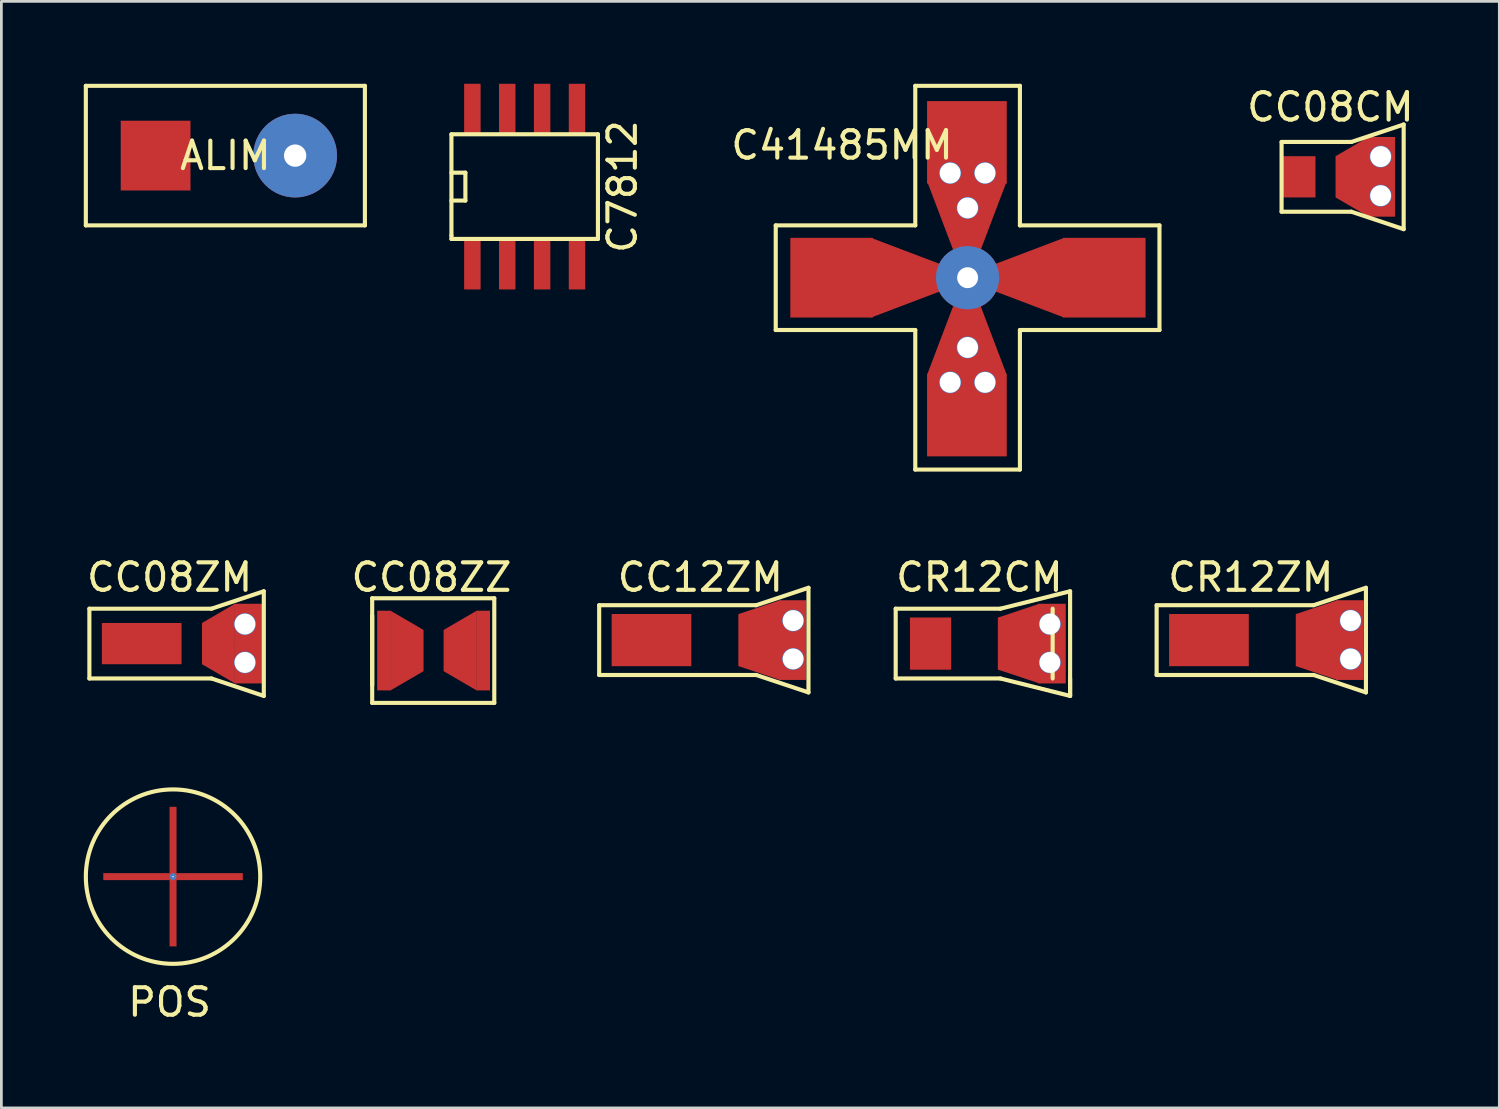
<source format=kicad_pcb>
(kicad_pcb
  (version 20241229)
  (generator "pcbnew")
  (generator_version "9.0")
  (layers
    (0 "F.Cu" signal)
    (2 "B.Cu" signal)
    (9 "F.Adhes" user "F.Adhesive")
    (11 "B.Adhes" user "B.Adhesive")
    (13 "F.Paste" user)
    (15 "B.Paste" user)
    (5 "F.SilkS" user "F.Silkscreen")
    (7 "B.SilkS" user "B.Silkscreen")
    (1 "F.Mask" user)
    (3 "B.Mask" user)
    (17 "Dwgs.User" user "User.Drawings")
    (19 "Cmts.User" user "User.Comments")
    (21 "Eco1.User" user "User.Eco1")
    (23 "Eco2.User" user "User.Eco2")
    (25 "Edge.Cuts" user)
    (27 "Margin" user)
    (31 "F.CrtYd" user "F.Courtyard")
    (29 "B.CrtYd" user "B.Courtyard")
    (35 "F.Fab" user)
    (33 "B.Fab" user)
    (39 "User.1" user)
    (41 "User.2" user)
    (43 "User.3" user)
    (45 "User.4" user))
  (footprint "CC08ZZ"
    (layer "F.Cu")
    (at 13.04 20.635)
    (property "Reference" "CC08ZZ" (at -0.381 -2.667 0) (layer "F.SilkS") (effects (font (size 1 1) (thickness 0.15))))
    (attr through_hole)
    (fp_line (start -2.54 -1.905) (end 1.905 -1.905) (stroke (width 0.15) (type solid)) (layer "F.SilkS"))
    (fp_line (start -2.54 1.27) (end -2.54 -1.27) (stroke (width 0.15) (type solid)) (layer "F.SilkS"))
    (fp_line (start -2.54 1.905) (end -2.54 -1.905) (stroke (width 0.15) (type solid)) (layer "F.SilkS"))
    (fp_line (start -2.54 1.905) (end 1.905 1.905) (stroke (width 0.15) (type solid)) (layer "F.SilkS"))
    (fp_line (start 1.905 -1.905) (end 1.905 1.905) (stroke (width 0.15) (type solid)) (layer "F.SilkS"))
    (pad "1" smd rect (at -2.108 0) (size 0.5 2.901) (layers "F.Cu" "F.Mask" "F.Paste"))
    (pad "1" smd trapezoid (at -1.27 0) (size 1.199 2.2) (rect_delta 0.699 0) (layers "F.Cu" "F.Mask" "F.Paste"))
    (pad "2" smd trapezoid (at 0.66 0) (size 1.199 2.2) (rect_delta -0.699 0) (layers "F.Cu" "F.Mask" "F.Paste"))
    (pad "2" smd rect (at 1.499 0) (size 0.5 2.901) (layers "F.Cu" "F.Mask" "F.Paste")))
  (footprint "CC08CM"
    (layer "F.Cu")
    (at 45.513 3.388)
    (property "Reference" "CC08CM" (at -0.127 -2.54 0) (layer "F.SilkS") (effects (font (size 1 1) (thickness 0.15))))
    (attr through_hole)
    (fp_line (start -1.905 -1.27) (end -1.905 1.27) (stroke (width 0.15) (type solid)) (layer "F.SilkS"))
    (fp_line (start -1.905 1.27) (end 0.635 1.27) (stroke (width 0.15) (type solid)) (layer "F.SilkS"))
    (fp_line (start 0.635 -1.27) (end -1.905 -1.27) (stroke (width 0.15) (type solid)) (layer "F.SilkS"))
    (fp_line (start 0.635 1.27) (end 2.54 1.905) (stroke (width 0.15) (type solid)) (layer "F.SilkS"))
    (fp_line (start 2.54 -1.905) (end 0.635 -1.27) (stroke (width 0.15) (type solid)) (layer "F.SilkS"))
    (fp_line (start 2.54 1.905) (end 2.54 -1.905) (stroke (width 0.15) (type solid)) (layer "F.SilkS"))
    (pad "1" smd rect (at -1.27 0) (size 1.199 1.501) (layers "F.Cu" "F.Mask" "F.Paste"))
    (pad "2" smd trapezoid (at 0.66 0) (size 1.199 2.2) (rect_delta -0.699 0) (layers "F.Cu" "F.Mask" "F.Paste"))
    (pad "2" thru_hole circle (at 1.702 -0.737) (size 0.8 0.8) (drill 0.762) (layers "*.Cu" "*.Mask"))
    (pad "2" thru_hole circle (at 1.702 0.686) (size 0.8 0.8) (drill 0.762) (layers "*.Cu" "*.Mask"))
    (pad "2" smd rect (at 1.727 0) (size 1.001 2.901) (layers "F.Cu" "F.Mask" "F.Paste")))
  (footprint "C7812"
    (layer "F.Cu")
    (at 16.052 3.744)
    (property "Reference" "C7812" (at 3.556 0 270) (layer "F.SilkS") (effects (font (size 1 1) (thickness 0.15))))
    (attr through_hole)
    (fp_line (start -2.667 -1.905) (end -2.667 1.778) (stroke (width 0.15) (type solid)) (layer "F.SilkS"))
    (fp_line (start -2.667 -0.508) (end -2.159 -0.508) (stroke (width 0.15) (type solid)) (layer "F.SilkS"))
    (fp_line (start -2.667 1.778) (end -2.667 1.905) (stroke (width 0.15) (type solid)) (layer "F.SilkS"))
    (fp_line (start -2.667 1.905) (end 2.667 1.905) (stroke (width 0.15) (type solid)) (layer "F.SilkS"))
    (fp_line (start -2.159 -0.508) (end -2.159 0.508) (stroke (width 0.15) (type solid)) (layer "F.SilkS"))
    (fp_line (start -2.159 0.508) (end -2.667 0.508) (stroke (width 0.15) (type solid)) (layer "F.SilkS"))
    (fp_line (start 2.667 -1.905) (end -2.667 -1.905) (stroke (width 0.15) (type solid)) (layer "F.SilkS"))
    (fp_line (start 2.667 -1.905) (end 2.667 1.905) (stroke (width 0.15) (type solid)) (layer "F.SilkS"))
    (pad "1" smd rect (at -1.905 2.794) (size 0.599 1.9) (layers "F.Cu" "F.Mask" "F.Paste"))
    (pad "2" smd rect (at -0.635 2.794) (size 0.599 1.9) (layers "F.Cu" "F.Mask" "F.Paste"))
    (pad "3" smd rect (at 0.635 2.794) (size 0.599 1.9) (layers "F.Cu" "F.Mask" "F.Paste"))
    (pad "4" smd rect (at 1.905 2.794) (size 0.599 1.9) (layers "F.Cu" "F.Mask" "F.Paste"))
    (pad "5" smd rect (at 1.905 -2.794) (size 0.599 1.9) (layers "F.Cu" "F.Mask" "F.Paste"))
    (pad "6" smd rect (at 0.635 -2.794) (size 0.599 1.9) (layers "F.Cu" "F.Mask" "F.Paste"))
    (pad "7" smd rect (at -0.635 -2.794) (size 0.599 1.9) (layers "F.Cu" "F.Mask" "F.Paste"))
    (pad "8" smd rect (at -1.905 -2.794) (size 0.599 1.9) (layers "F.Cu" "F.Mask" "F.Paste")))
  (footprint "CR12CM"
    (layer "F.Cu")
    (at 32.099 20.381)
    (property "Reference" "CR12CM" (at 0.508 -2.413 0) (layer "F.SilkS") (effects (font (size 1 1) (thickness 0.15))))
    (attr through_hole)
    (fp_line (start -2.54 -1.27) (end 1.27 -1.27) (stroke (width 0.15) (type solid)) (layer "F.SilkS"))
    (fp_line (start -2.54 1.27) (end -2.54 -1.27) (stroke (width 0.15) (type solid)) (layer "F.SilkS"))
    (fp_line (start -2.54 1.27) (end 1.27 1.27) (stroke (width 0.15) (type solid)) (layer "F.SilkS"))
    (fp_line (start 1.27 -1.27) (end 3.81 -1.905) (stroke (width 0.15) (type solid)) (layer "F.SilkS"))
    (fp_line (start 1.27 1.27) (end 3.81 1.905) (stroke (width 0.15) (type solid)) (layer "F.SilkS"))
    (fp_line (start 3.175 -1.27) (end 3.175 1.27) (stroke (width 0.15) (type solid)) (layer "F.SilkS"))
    (fp_line (start 3.81 -1.905) (end 3.81 1.905) (stroke (width 0.15) (type solid)) (layer "F.SilkS"))
    (fp_line (start 3.81 1.905) (end 3.81 1.27) (stroke (width 0.15) (type solid)) (layer "F.SilkS"))
    (pad "1" smd rect (at -1.27 0) (size 1.501 1.9) (layers "F.Cu" "F.Mask" "F.Paste"))
    (pad "2" smd trapezoid (at 1.93 0) (size 1.501 2.393) (rect_delta -0.5 0) (layers "F.Cu" "F.Mask" "F.Paste"))
    (pad "2" thru_hole circle (at 3.073 -0.711) (size 0.8 0.8) (drill 0.762) (layers "*.Cu" "*.Mask"))
    (pad "2" thru_hole circle (at 3.073 0.686) (size 0.8 0.8) (drill 0.762) (layers "*.Cu" "*.Mask"))
    (pad "2" smd rect (at 3.15 0) (size 1.001 2.901) (layers "F.Cu" "F.Mask" "F.Paste")))
  (footprint "CR12ZM"
    (layer "F.Cu")
    (at 43.504 20.254)
    (property "Reference" "CR12ZM" (at -1.016 -2.286 0) (layer "F.SilkS") (effects (font (size 1 1) (thickness 0.15))))
    (attr through_hole)
    (fp_line (start -4.445 -1.27) (end -4.445 1.27) (stroke (width 0.15) (type solid)) (layer "F.SilkS"))
    (fp_line (start -4.445 -1.27) (end 1.27 -1.27) (stroke (width 0.15) (type solid)) (layer "F.SilkS"))
    (fp_line (start -4.445 1.27) (end 1.27 1.27) (stroke (width 0.15) (type solid)) (layer "F.SilkS"))
    (fp_line (start 1.27 -1.27) (end 3.175 -1.905) (stroke (width 0.15) (type solid)) (layer "F.SilkS"))
    (fp_line (start 1.27 1.27) (end 3.175 1.905) (stroke (width 0.15) (type solid)) (layer "F.SilkS"))
    (fp_line (start 3.175 -1.905) (end 3.175 -1.27) (stroke (width 0.15) (type solid)) (layer "F.SilkS"))
    (fp_line (start 3.175 1.905) (end 3.175 -1.27) (stroke (width 0.15) (type solid)) (layer "F.SilkS"))
    (pad "1" smd rect (at -2.54 0) (size 2.901 1.9) (layers "F.Cu" "F.Mask" "F.Paste"))
    (pad "2" smd trapezoid (at 1.372 0) (size 1.501 2.393) (rect_delta -0.5 0) (layers "F.Cu" "F.Mask" "F.Paste"))
    (pad "2" smd rect (at 2.591 0) (size 1.001 2.901) (layers "F.Cu" "F.Mask" "F.Paste"))
    (pad "2" thru_hole circle (at 2.616 -0.711) (size 0.8 0.8) (drill 0.762) (layers "*.Cu" "*.Mask"))
    (pad "2" thru_hole circle (at 2.616 0.686) (size 0.8 0.8) (drill 0.762) (layers "*.Cu" "*.Mask")))
  (footprint "CC12ZM"
    (layer "F.Cu")
    (at 23.209 20.254)
    (property "Reference" "CC12ZM" (at -0.762 -2.286 0) (layer "F.SilkS") (effects (font (size 1 1) (thickness 0.15))))
    (attr through_hole)
    (fp_line (start -4.445 -1.27) (end -4.445 1.27) (stroke (width 0.15) (type solid)) (layer "F.SilkS"))
    (fp_line (start -4.445 -1.27) (end 1.27 -1.27) (stroke (width 0.15) (type solid)) (layer "F.SilkS"))
    (fp_line (start -4.445 1.27) (end 1.27 1.27) (stroke (width 0.15) (type solid)) (layer "F.SilkS"))
    (fp_line (start 1.27 -1.27) (end 3.175 -1.905) (stroke (width 0.15) (type solid)) (layer "F.SilkS"))
    (fp_line (start 1.27 1.27) (end 3.175 1.905) (stroke (width 0.15) (type solid)) (layer "F.SilkS"))
    (fp_line (start 3.175 -1.905) (end 3.175 1.905) (stroke (width 0.15) (type solid)) (layer "F.SilkS"))
    (pad "1" smd rect (at -2.54 0) (size 2.901 1.9) (layers "F.Cu" "F.Mask" "F.Paste"))
    (pad "2" smd trapezoid (at 1.372 0) (size 1.501 2.393) (rect_delta -0.5 0) (layers "F.Cu" "F.Mask" "F.Paste"))
    (pad "2" smd rect (at 2.591 0) (size 1.001 2.901) (layers "F.Cu" "F.Mask" "F.Paste"))
    (pad "2" thru_hole circle (at 2.616 -0.711) (size 0.8 0.8) (drill 0.762) (layers "*.Cu" "*.Mask"))
    (pad "2" thru_hole circle (at 2.616 0.686) (size 0.8 0.8) (drill 0.762) (layers "*.Cu" "*.Mask")))
  (footprint "C41485MM"
    (layer "F.Cu")
    (at 32.177 7.06)
    (property "Reference" "C41485MM" (at -4.572 -4.826 0) (layer "F.SilkS") (effects (font (size 1 1) (thickness 0.15))))
    (attr through_hole)
    (fp_line (start -6.985 -1.905) (end -6.985 1.905) (stroke (width 0.15) (type solid)) (layer "F.SilkS"))
    (fp_line (start -6.985 1.905) (end -1.905 1.905) (stroke (width 0.15) (type solid)) (layer "F.SilkS"))
    (fp_line (start -1.905 -6.985) (end -1.905 -1.905) (stroke (width 0.15) (type solid)) (layer "F.SilkS"))
    (fp_line (start -1.905 -1.905) (end -6.985 -1.905) (stroke (width 0.15) (type solid)) (layer "F.SilkS"))
    (fp_line (start -1.905 1.905) (end -1.905 6.985) (stroke (width 0.15) (type solid)) (layer "F.SilkS"))
    (fp_line (start -1.905 6.985) (end 1.905 6.985) (stroke (width 0.15) (type solid)) (layer "F.SilkS"))
    (fp_line (start 1.905 -6.985) (end -1.905 -6.985) (stroke (width 0.15) (type solid)) (layer "F.SilkS"))
    (fp_line (start 1.905 -1.905) (end 1.905 -6.985) (stroke (width 0.15) (type solid)) (layer "F.SilkS"))
    (fp_line (start 1.905 1.905) (end 6.985 1.905) (stroke (width 0.15) (type solid)) (layer "F.SilkS"))
    (fp_line (start 1.905 6.985) (end 1.905 1.905) (stroke (width 0.15) (type solid)) (layer "F.SilkS"))
    (fp_line (start 6.985 -1.905) (end 1.905 -1.905) (stroke (width 0.15) (type solid)) (layer "F.SilkS"))
    (fp_line (start 6.985 1.905) (end 6.985 -1.905) (stroke (width 0.15) (type solid)) (layer "F.SilkS"))
    (pad "" thru_hole circle (at 0 0) (size 2.301 2.301) (drill 0.762) (layers "*.Cu" "*.Mask"))
    (pad "1" smd rect (at -4.953 0) (size 3.002 2.901) (layers "F.Cu" "F.Mask" "F.Paste" "In14.Cu"))
    (pad "1" smd trapezoid (at -2.261 0) (size 2.502 1.951) (rect_delta 0.95 0) (layers "F.Cu" "F.Mask" "F.Paste" "In14.Cu"))
    (pad "2" thru_hole circle (at -0.635 3.81) (size 0.8 0.8) (drill 0.762) (layers "*.Cu" "*.Mask"))
    (pad "2" smd trapezoid (at -0.025 2.286) (size 1.951 2.502) (rect_delta 0 0.95) (layers "F.Cu" "F.Mask" "F.Paste" "In14.Cu"))
    (pad "2" smd rect (at -0.025 5.004) (size 2.901 3.002) (layers "F.Cu" "F.Mask" "F.Paste" "In10.Cu" "In13.Cu" "In14.Cu"))
    (pad "2" thru_hole circle (at 0 2.54) (size 0.8 0.8) (drill 0.762) (layers "*.Cu" "*.Mask"))
    (pad "2" thru_hole circle (at 0.635 3.81) (size 0.8 0.8) (drill 0.762) (layers "*.Cu" "*.Mask"))
    (pad "3" smd trapezoid (at 2.261 0) (size 2.502 1.951) (rect_delta -0.95 0) (layers "F.Cu" "F.Mask" "F.Paste" "In14.Cu"))
    (pad "3" smd rect (at 4.978 0) (size 3.002 2.901) (layers "F.Cu" "F.Mask" "F.Paste" "In14.Cu"))
    (pad "4" thru_hole circle (at -0.635 -3.81) (size 0.8 0.8) (drill 0.762) (layers "*.Cu" "*.Mask"))
    (pad "4" smd rect (at -0.025 -4.928) (size 2.901 3.002) (layers "F.Cu" "F.Mask" "F.Paste" "In10.Cu" "In13.Cu" "In14.Cu"))
    (pad "4" smd trapezoid (at -0.025 -2.261) (size 1.951 2.502) (rect_delta 0 -0.95) (layers "F.Cu" "F.Mask" "F.Paste" "In14.Cu"))
    (pad "4" thru_hole circle (at 0 -2.54) (size 0.8 0.8) (drill 0.762) (layers "*.Cu" "*.Mask"))
    (pad "4" thru_hole circle (at 0.635 -3.81) (size 0.8 0.8) (drill 0.762) (layers "*.Cu" "*.Mask")))
  (footprint "ALIM"
    (layer "F.Cu")
    (at 5.155 2.615)
    (property "Reference" "ALIM" (at 0 0 0) (layer "F.SilkS") (effects (font (size 1 1) (thickness 0.15))))
    (attr through_hole)
    (fp_line (start -5.08 -2.54) (end 5.08 -2.54) (stroke (width 0.15) (type solid)) (layer "F.SilkS"))
    (fp_line (start -5.08 2.54) (end -5.08 -2.54) (stroke (width 0.15) (type solid)) (layer "F.SilkS"))
    (fp_line (start 5.08 -2.54) (end 5.08 2.54) (stroke (width 0.15) (type solid)) (layer "F.SilkS"))
    (fp_line (start 5.08 2.54) (end -5.08 2.54) (stroke (width 0.15) (type solid)) (layer "F.SilkS"))
    (pad "1" smd rect (at -2.54 0) (size 2.54 2.54) (layers "F.Cu" "F.Mask" "F.Paste"))
    (pad "2" thru_hole circle (at 2.54 0) (size 3.048 3.048) (drill 0.813) (layers "*.Cu")))
  (footprint "CC08ZM"
    (layer "F.Cu")
    (at 4.649 20.381)
    (property "Reference" "CC08ZM" (at -1.524 -2.413 0) (layer "F.SilkS") (effects (font (size 1 1) (thickness 0.15))))
    (attr through_hole)
    (fp_line (start -4.445 -1.27) (end -4.445 1.27) (stroke (width 0.15) (type solid)) (layer "F.SilkS"))
    (fp_line (start -4.445 -1.27) (end 0 -1.27) (stroke (width 0.15) (type solid)) (layer "F.SilkS"))
    (fp_line (start -4.445 1.27) (end 0 1.27) (stroke (width 0.15) (type solid)) (layer "F.SilkS"))
    (fp_line (start 0 -1.27) (end 1.905 -1.905) (stroke (width 0.15) (type solid)) (layer "F.SilkS"))
    (fp_line (start 1.905 -1.905) (end 1.905 1.905) (stroke (width 0.15) (type solid)) (layer "F.SilkS"))
    (fp_line (start 1.905 1.905) (end 0 1.27) (stroke (width 0.15) (type solid)) (layer "F.SilkS"))
    (pad "1" smd rect (at -2.54 0) (size 2.901 1.501) (layers "F.Cu" "F.Mask" "F.Paste"))
    (pad "2" smd trapezoid (at 0.254 0) (size 1.199 2.2) (rect_delta -0.699 0) (layers "F.Cu" "F.Mask" "F.Paste"))
    (pad "2" thru_hole circle (at 1.219 -0.711) (size 0.8 0.8) (drill 0.762) (layers "*.Cu" "*.Mask"))
    (pad "2" thru_hole circle (at 1.219 0.686) (size 0.8 0.8) (drill 0.762) (layers "*.Cu" "*.Mask"))
    (pad "2" smd rect (at 1.346 0) (size 1.001 2.901) (layers "F.Cu" "F.Mask" "F.Paste")))
  (footprint "POS"
    (layer "F.Cu")
    (at 3.25 28.865)
    (property "Reference" "POS" (at -0.127 4.572 0) (layer "F.SilkS") (effects (font (size 1 1) (thickness 0.15))))
    (attr through_hole)
    (fp_circle (center 0 0) (end 2.54 1.905) (stroke (width 0.15) (type solid)) (fill no) (layer "F.SilkS"))
    (pad "" thru_hole circle (at 0 0) (size 0.254 0.254) (drill 0.051) (layers "*.Cu" "*.Mask"))
    (pad "" smd rect (at 0 0) (size 0.254 5.08) (layers "F.Cu" "F.Mask" "F.Paste"))
    (pad "" smd rect (at 0 0) (size 5.08 0.254) (layers "F.Cu" "F.Mask" "F.Paste")))
  (gr_rect
    (start -3 -3)
    (end 51.535 37.285)
    (stroke (width 0.1) (type default))
    (fill no)
    (layer "Edge.Cuts")))
</source>
